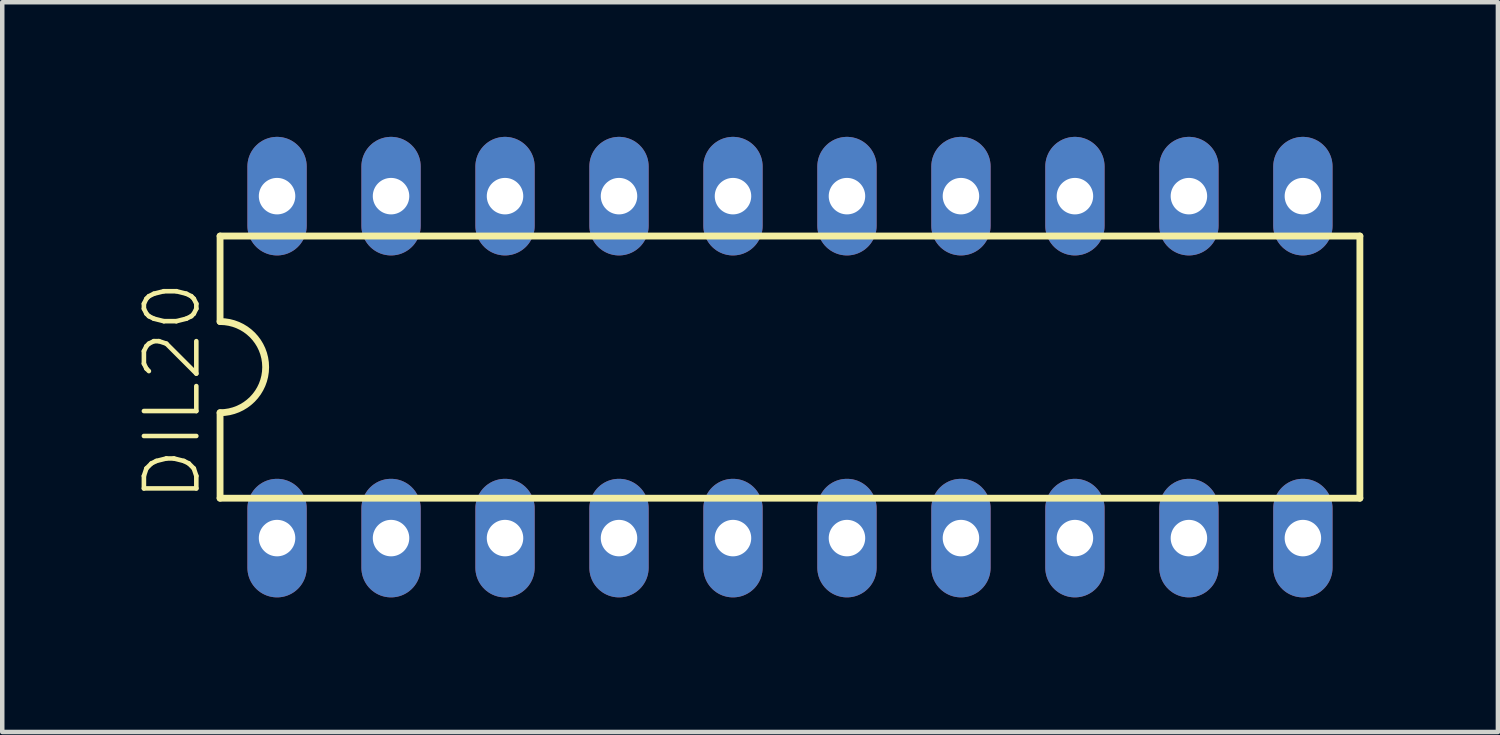
<source format=kicad_pcb>
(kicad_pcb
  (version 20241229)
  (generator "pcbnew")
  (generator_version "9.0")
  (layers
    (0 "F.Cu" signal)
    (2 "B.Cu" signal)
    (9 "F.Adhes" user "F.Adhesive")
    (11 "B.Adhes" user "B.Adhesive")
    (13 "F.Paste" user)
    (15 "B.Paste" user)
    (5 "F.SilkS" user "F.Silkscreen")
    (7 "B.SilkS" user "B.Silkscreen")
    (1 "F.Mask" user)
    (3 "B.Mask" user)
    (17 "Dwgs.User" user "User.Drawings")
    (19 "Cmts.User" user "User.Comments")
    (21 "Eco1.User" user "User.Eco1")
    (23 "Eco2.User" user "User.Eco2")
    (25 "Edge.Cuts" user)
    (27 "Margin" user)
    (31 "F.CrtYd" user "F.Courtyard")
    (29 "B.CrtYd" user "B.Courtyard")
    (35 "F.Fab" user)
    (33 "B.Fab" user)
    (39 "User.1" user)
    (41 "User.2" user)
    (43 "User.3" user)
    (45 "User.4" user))
  (footprint "DIL20"
    (layer "F.Cu")
    (at 14.554 5.131)
    (property "Reference" "DIL20" (at -13.081 3.048 90) (layer "F.SilkS") (effects (font (size 1.168 1.168) (thickness 0.102)) (justify left bottom)))
    (fp_line (start -12.7 -2.921) (end -12.7 -1.016) (stroke (width 0.152) (type solid)) (layer "F.SilkS"))
    (fp_line (start -12.7 2.921) (end -12.7 1.016) (stroke (width 0.152) (type solid)) (layer "F.SilkS"))
    (fp_line (start -12.7 2.921) (end 12.7 2.921) (stroke (width 0.152) (type solid)) (layer "F.SilkS"))
    (fp_line (start 12.7 -2.921) (end -12.7 -2.921) (stroke (width 0.152) (type solid)) (layer "F.SilkS"))
    (fp_line (start 12.7 -2.921) (end 12.7 2.921) (stroke (width 0.152) (type solid)) (layer "F.SilkS"))
    (fp_arc (start -12.7 -1.016) (mid -11.684 0) (end -12.7 1.016) (stroke (width 0.1524) (type solid)) (layer "F.SilkS"))
    (pad "1" thru_hole oval (at -11.43 3.81 90) (size 2.642 1.321) (drill 0.813) (layers "*.Cu" "*.Mask"))
    (pad "2" thru_hole oval (at -8.89 3.81 90) (size 2.642 1.321) (drill 0.813) (layers "*.Cu" "*.Mask"))
    (pad "3" thru_hole oval (at -6.35 3.81 90) (size 2.642 1.321) (drill 0.813) (layers "*.Cu" "*.Mask"))
    (pad "4" thru_hole oval (at -3.81 3.81 90) (size 2.642 1.321) (drill 0.813) (layers "*.Cu" "*.Mask"))
    (pad "5" thru_hole oval (at -1.27 3.81 90) (size 2.642 1.321) (drill 0.813) (layers "*.Cu" "*.Mask"))
    (pad "6" thru_hole oval (at 1.27 3.81 90) (size 2.642 1.321) (drill 0.813) (layers "*.Cu" "*.Mask"))
    (pad "7" thru_hole oval (at 3.81 3.81 90) (size 2.642 1.321) (drill 0.813) (layers "*.Cu" "*.Mask"))
    (pad "8" thru_hole oval (at 6.35 3.81 90) (size 2.642 1.321) (drill 0.813) (layers "*.Cu" "*.Mask"))
    (pad "9" thru_hole oval (at 8.89 3.81 90) (size 2.642 1.321) (drill 0.813) (layers "*.Cu" "*.Mask"))
    (pad "10" thru_hole oval (at 11.43 3.81 90) (size 2.642 1.321) (drill 0.813) (layers "*.Cu" "*.Mask"))
    (pad "11" thru_hole oval (at 11.43 -3.81 90) (size 2.642 1.321) (drill 0.813) (layers "*.Cu" "*.Mask"))
    (pad "12" thru_hole oval (at 8.89 -3.81 90) (size 2.642 1.321) (drill 0.813) (layers "*.Cu" "*.Mask"))
    (pad "13" thru_hole oval (at 6.35 -3.81 90) (size 2.642 1.321) (drill 0.813) (layers "*.Cu" "*.Mask"))
    (pad "14" thru_hole oval (at 3.81 -3.81 90) (size 2.642 1.321) (drill 0.813) (layers "*.Cu" "*.Mask"))
    (pad "15" thru_hole oval (at 1.27 -3.81 90) (size 2.642 1.321) (drill 0.813) (layers "*.Cu" "*.Mask"))
    (pad "16" thru_hole oval (at -1.27 -3.81 90) (size 2.642 1.321) (drill 0.813) (layers "*.Cu" "*.Mask"))
    (pad "17" thru_hole oval (at -3.81 -3.81 90) (size 2.642 1.321) (drill 0.813) (layers "*.Cu" "*.Mask"))
    (pad "18" thru_hole oval (at -6.35 -3.81 90) (size 2.642 1.321) (drill 0.813) (layers "*.Cu" "*.Mask"))
    (pad "19" thru_hole oval (at -8.89 -3.81 90) (size 2.642 1.321) (drill 0.813) (layers "*.Cu" "*.Mask"))
    (pad "20" thru_hole oval (at -11.43 -3.81 90) (size 2.642 1.321) (drill 0.813) (layers "*.Cu" "*.Mask")))
  (gr_rect
    (start -3 -3)
    (end 30.33 13.262)
    (stroke (width 0.1) (type default))
    (fill no)
    (layer "Edge.Cuts")))
</source>
